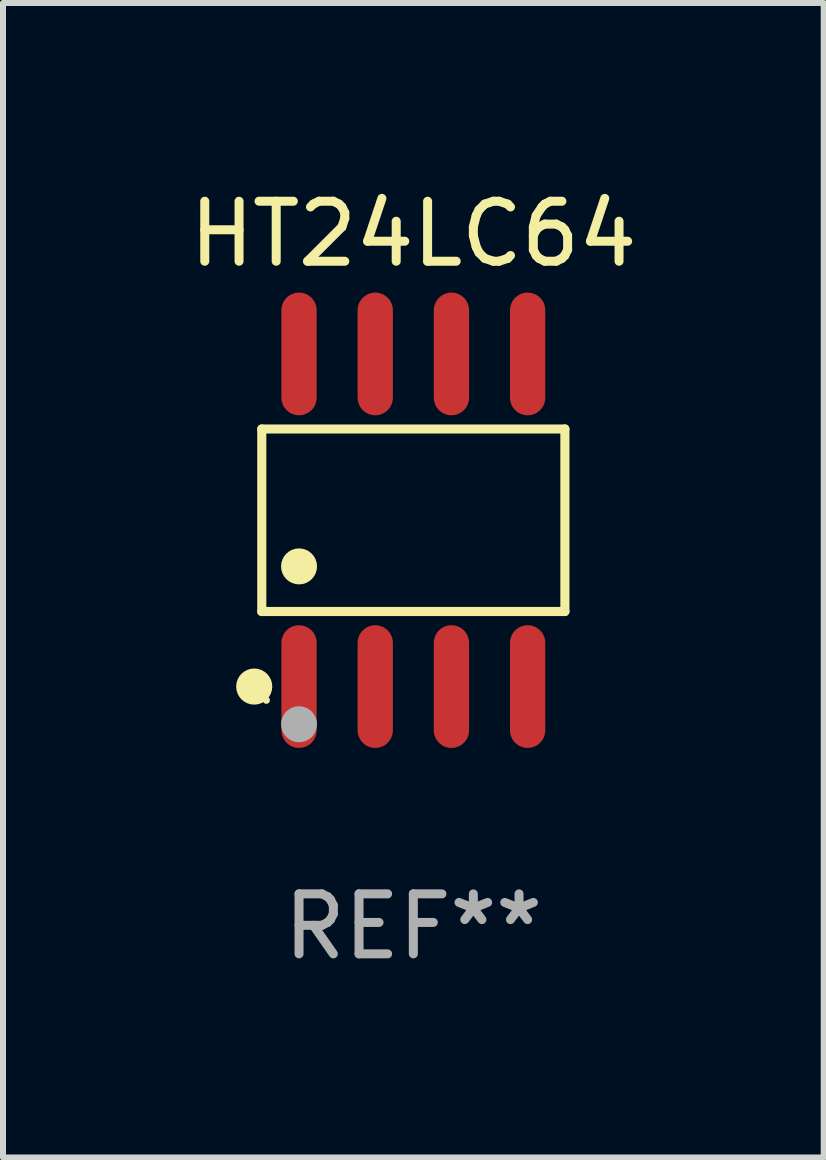
<source format=kicad_pcb>
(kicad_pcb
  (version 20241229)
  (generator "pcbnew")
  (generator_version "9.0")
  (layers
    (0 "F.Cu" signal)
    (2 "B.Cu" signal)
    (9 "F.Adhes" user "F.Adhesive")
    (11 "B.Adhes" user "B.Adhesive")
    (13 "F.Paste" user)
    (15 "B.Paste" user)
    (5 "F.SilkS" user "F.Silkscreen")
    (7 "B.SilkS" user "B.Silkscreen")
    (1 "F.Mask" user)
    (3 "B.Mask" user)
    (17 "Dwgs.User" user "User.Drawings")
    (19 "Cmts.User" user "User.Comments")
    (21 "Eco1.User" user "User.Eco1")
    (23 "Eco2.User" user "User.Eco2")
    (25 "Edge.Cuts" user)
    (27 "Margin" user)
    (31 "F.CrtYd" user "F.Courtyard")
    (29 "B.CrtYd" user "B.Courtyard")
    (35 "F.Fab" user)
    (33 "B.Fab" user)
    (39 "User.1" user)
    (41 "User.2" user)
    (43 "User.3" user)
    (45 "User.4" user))
  (footprint "HT24LC64"
    (layer "F.Cu")
    (at 3.839 5.621)
    (property "Reference" "HT24LC64" (at 0 -4.772 0) (layer "F.SilkS") (effects (font (size 1 1) (thickness 0.15))))
    (attr through_hole)
    (fp_line (start -2.526 -1.521) (end 2.526 -1.521) (stroke (width 0.152) (type solid)) (layer "F.SilkS"))
    (fp_line (start -2.526 1.521) (end -2.526 -1.521) (stroke (width 0.152) (type solid)) (layer "F.SilkS"))
    (fp_line (start 2.526 -1.521) (end 2.526 1.521) (stroke (width 0.152) (type solid)) (layer "F.SilkS"))
    (fp_line (start 2.526 1.521) (end -2.526 1.521) (stroke (width 0.152) (type solid)) (layer "F.SilkS"))
    (fp_circle (center -2.652 2.772) (end -2.501 2.772) (stroke (width 0.3) (type solid)) (fill no) (layer "F.SilkS"))
    (fp_circle (center -2.45 3) (end -2.42 3) (stroke (width 0.06) (type solid)) (fill no) (layer "F.SilkS"))
    (fp_circle (center -1.905 0.769) (end -1.755 0.769) (stroke (width 0.3) (type solid)) (fill no) (layer "F.SilkS"))
    (fp_circle (center -1.905 3.4) (end -1.755 3.4) (stroke (width 0.3) (type solid)) (fill no) (layer "F.Fab"))
    (fp_text user "REF**" (at 0 6.772 0) (layer "F.Fab") (effects (font (size 1 1) (thickness 0.15))))
    (pad "1" smd oval (at -1.905 2.772) (size 0.588 2.045) (layers "F.Cu" "F.Mask" "F.Paste"))
    (pad "2" smd oval (at -0.635 2.772) (size 0.588 2.045) (layers "F.Cu" "F.Mask" "F.Paste"))
    (pad "3" smd oval (at 0.635 2.772) (size 0.588 2.045) (layers "F.Cu" "F.Mask" "F.Paste"))
    (pad "4" smd oval (at 1.905 2.772) (size 0.588 2.045) (layers "F.Cu" "F.Mask" "F.Paste"))
    (pad "5" smd oval (at 1.905 -2.772) (size 0.588 2.045) (layers "F.Cu" "F.Mask" "F.Paste"))
    (pad "6" smd oval (at 0.635 -2.772) (size 0.588 2.045) (layers "F.Cu" "F.Mask" "F.Paste"))
    (pad "7" smd oval (at -0.635 -2.772) (size 0.588 2.045) (layers "F.Cu" "F.Mask" "F.Paste"))
    (pad "8" smd oval (at -1.905 -2.772) (size 0.588 2.045) (layers "F.Cu" "F.Mask" "F.Paste")))
  (gr_rect
    (start -3 -3)
    (end 10.679 16.241)
    (stroke (width 0.1) (type default))
    (fill no)
    (layer "Edge.Cuts")))
</source>
